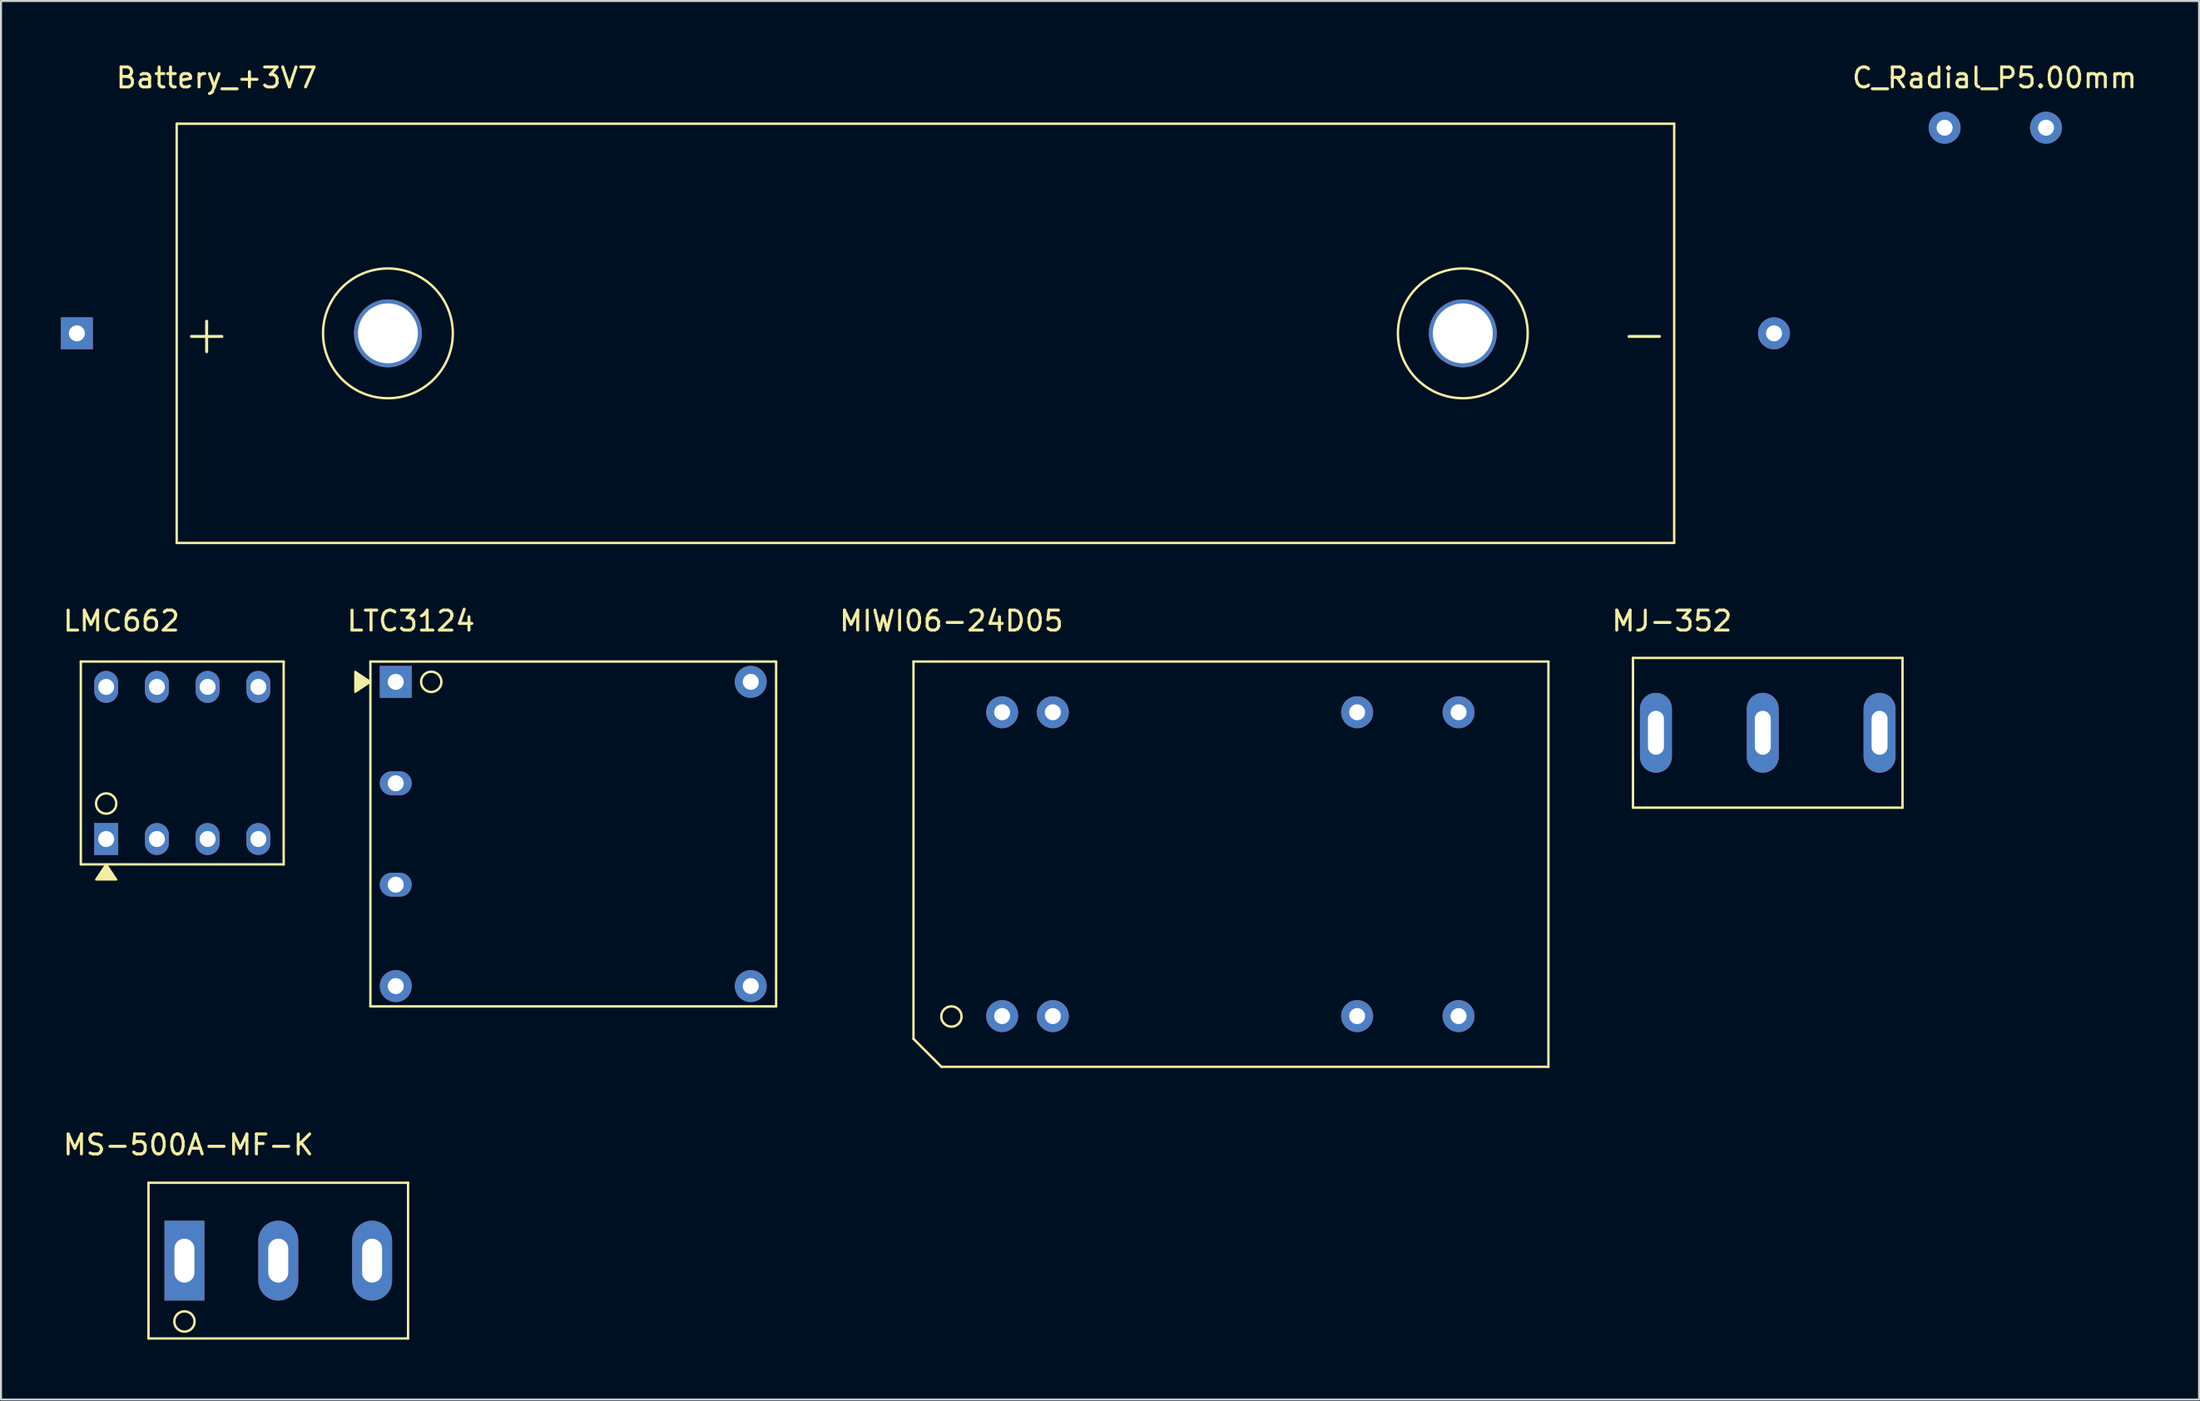
<source format=kicad_pcb>
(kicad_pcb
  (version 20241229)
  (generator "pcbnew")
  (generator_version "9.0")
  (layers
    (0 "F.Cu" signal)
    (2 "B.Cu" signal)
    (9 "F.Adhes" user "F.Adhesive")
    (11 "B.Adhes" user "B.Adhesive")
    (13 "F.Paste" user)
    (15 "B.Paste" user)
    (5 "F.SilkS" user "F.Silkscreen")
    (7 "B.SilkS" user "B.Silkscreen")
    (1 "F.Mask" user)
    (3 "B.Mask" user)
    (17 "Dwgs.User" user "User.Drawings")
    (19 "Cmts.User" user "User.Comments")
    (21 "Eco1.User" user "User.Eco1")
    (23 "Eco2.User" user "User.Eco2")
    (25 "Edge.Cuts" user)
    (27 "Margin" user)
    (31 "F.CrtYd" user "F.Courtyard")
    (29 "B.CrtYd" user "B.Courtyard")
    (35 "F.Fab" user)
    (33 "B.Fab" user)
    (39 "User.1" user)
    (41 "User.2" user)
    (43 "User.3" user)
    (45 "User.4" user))
  (footprint "MS-500A-MF-K"
    (layer "F.Cu")
    (at 6.187 60.097)
    (property "Reference" "MS-500A-MF-K" (at 0.2 -5.8 0) (layer "F.SilkS") (effects (font (size 1 1) (thickness 0.15))))
    (attr through_hole)
    (fp_line (start -1.8 -3.9) (end -1.8 3.9) (stroke (width 0.12) (type solid)) (layer "F.SilkS"))
    (fp_line (start -1.8 -3.9) (end 11.2 -3.9) (stroke (width 0.12) (type solid)) (layer "F.SilkS"))
    (fp_line (start -1.8 3.9) (end 11.2 3.9) (stroke (width 0.12) (type solid)) (layer "F.SilkS"))
    (fp_line (start 11.2 -3.9) (end 11.2 3.9) (stroke (width 0.12) (type solid)) (layer "F.SilkS"))
    (fp_circle (center 0 3.048) (end 0 3.556) (stroke (width 0.12) (type solid)) (fill no) (layer "F.SilkS"))
    (pad "1" thru_hole rect (at 0 0 90) (size 4 2) (drill oval 2.2 1) (layers "*.Cu" "*.Mask"))
    (pad "2" thru_hole oval (at 4.7 0 90) (size 4 2) (drill oval 2.2 1) (layers "*.Cu" "*.Mask"))
    (pad "3" thru_hole oval (at 9.4 0 90) (size 4 2) (drill oval 2.2 1) (layers "*.Cu" "*.Mask")))
  (footprint "MIWI06-24D05"
    (layer "F.Cu")
    (at 47.141 47.868)
    (property "Reference" "MIWI06-24D05" (at -2.54 -19.812 0) (layer "F.SilkS") (effects (font (size 1 1) (thickness 0.15))))
    (attr through_hole)
    (fp_line (start -4.44 -17.78) (end -4.44 1.12) (stroke (width 0.12) (type solid)) (layer "F.SilkS"))
    (fp_line (start -4.44 1.12) (end -3.04 2.52) (stroke (width 0.12) (type solid)) (layer "F.SilkS"))
    (fp_line (start -3.04 2.52) (end 27.36 2.52) (stroke (width 0.12) (type solid)) (layer "F.SilkS"))
    (fp_line (start 27.36 -17.78) (end -4.44 -17.78) (stroke (width 0.12) (type solid)) (layer "F.SilkS"))
    (fp_line (start 27.36 2.52) (end 27.36 -17.78) (stroke (width 0.12) (type solid)) (layer "F.SilkS"))
    (fp_circle (center -2.54 0) (end -2.54 0.508) (stroke (width 0.12) (type solid)) (fill no) (layer "F.SilkS"))
    (pad "2" thru_hole oval (at 0 -0.02 90) (size 1.6 1.6) (drill 0.8) (layers "*.Cu" "*.Mask"))
    (pad "3" thru_hole oval (at 2.54 -0.02 90) (size 1.6 1.6) (drill 0.8) (layers "*.Cu" "*.Mask"))
    (pad "9" thru_hole oval (at 17.78 -0.02 90) (size 1.6 1.6) (drill 0.8) (layers "*.Cu" "*.Mask"))
    (pad "11" thru_hole oval (at 22.86 -0.02 90) (size 1.6 1.6) (drill 0.8) (layers "*.Cu" "*.Mask"))
    (pad "14" thru_hole oval (at 22.86 -15.24 90) (size 1.6 1.6) (drill 0.8) (layers "*.Cu" "*.Mask"))
    (pad "16" thru_hole oval (at 17.78 -15.24 90) (size 1.6 1.6) (drill 0.8) (layers "*.Cu" "*.Mask"))
    (pad "22" thru_hole oval (at 2.54 -15.24 90) (size 1.6 1.6) (drill 0.8) (layers "*.Cu" "*.Mask"))
    (pad "23" thru_hole oval (at 0 -15.24 90) (size 1.6 1.6) (drill 0.8) (layers "*.Cu" "*.Mask")))
  (footprint "C_Radial_P5.00mm"
    (layer "F.Cu")
    (at 94.344 3.348)
    (property "Reference" "C_Radial_P5.00mm" (at 2.5 -2.5 0) (layer "F.SilkS") (effects (font (size 1 1) (thickness 0.15))))
    (attr through_hole)
    (pad "1" thru_hole circle (at 0 0) (size 1.6 1.6) (drill 0.8) (layers "*.Cu" "*.Mask"))
    (pad "2" thru_hole circle (at 5.08 0) (size 1.6 1.6) (drill 0.8) (layers "*.Cu" "*.Mask")))
  (footprint "MJ-352"
    (layer "F.Cu")
    (at 78.736 33.657)
    (property "Reference" "MJ-352" (at 1.95 -5.6 0) (layer "F.SilkS") (effects (font (size 1 1) (thickness 0.15))))
    (attr through_hole)
    (fp_line (start 0 -3.75) (end 0 3.75) (stroke (width 0.12) (type solid)) (layer "F.SilkS"))
    (fp_line (start 0 3.75) (end 13.5 3.75) (stroke (width 0.12) (type solid)) (layer "F.SilkS"))
    (fp_line (start 13.5 -3.75) (end 0 -3.75) (stroke (width 0.12) (type solid)) (layer "F.SilkS"))
    (fp_line (start 13.5 3.75) (end 13.5 -3.75) (stroke (width 0.12) (type solid)) (layer "F.SilkS"))
    (pad "NC" thru_hole oval (at 12.35 0) (size 1.6 4) (drill oval 0.8 2.2) (layers "*.Cu" "*.Mask"))
    (pad "S" thru_hole oval (at 1.15 0) (size 1.6 4) (drill oval 0.8 2.2) (layers "*.Cu" "*.Mask"))
    (pad "T" thru_hole oval (at 6.5 0) (size 1.6 4) (drill oval 0.8 2.2) (layers "*.Cu" "*.Mask")))
  (footprint "LMC662"
    (layer "F.Cu")
    (at 2.268 38.978)
    (property "Reference" "LMC662" (at 0.762 -10.922 0) (layer "F.SilkS") (effects (font (size 1 1) (thickness 0.15))))
    (attr through_hole)
    (fp_line (start -1.27 -8.89) (end -1.27 1.27) (stroke (width 0.12) (type solid)) (layer "F.SilkS"))
    (fp_line (start -1.27 1.27) (end 8.89 1.27) (stroke (width 0.12) (type solid)) (layer "F.SilkS"))
    (fp_line (start 8.89 -8.89) (end -1.27 -8.89) (stroke (width 0.12) (type solid)) (layer "F.SilkS"))
    (fp_line (start 8.89 1.27) (end 8.89 -8.89) (stroke (width 0.12) (type solid)) (layer "F.SilkS"))
    (fp_circle (center 0 -1.778) (end 0.508 -1.778) (stroke (width 0.12) (type solid)) (fill no) (layer "F.SilkS"))
    (fp_poly (pts (xy 0.508 2.032) (xy -0.508 2.032) (xy 0 1.27)) (stroke (width 0.1) (type solid)) (fill yes) (layer "F.SilkS"))
    (pad "1" thru_hole rect (at 0 0 180) (size 1.2 1.6) (drill 0.8) (layers "*.Cu" "*.Mask"))
    (pad "2" thru_hole oval (at 2.54 0 90) (size 1.6 1.2) (drill 0.8) (layers "*.Cu" "*.Mask"))
    (pad "3" thru_hole oval (at 5.08 0 90) (size 1.6 1.2) (drill 0.8) (layers "*.Cu" "*.Mask"))
    (pad "4" thru_hole oval (at 7.62 0 90) (size 1.6 1.2) (drill 0.8) (layers "*.Cu" "*.Mask"))
    (pad "5" thru_hole oval (at 7.62 -7.62 90) (size 1.6 1.2) (drill 0.8) (layers "*.Cu" "*.Mask"))
    (pad "6" thru_hole oval (at 5.08 -7.62 90) (size 1.6 1.2) (drill 0.8) (layers "*.Cu" "*.Mask"))
    (pad "7" thru_hole oval (at 2.54 -7.62 90) (size 1.6 1.2) (drill 0.8) (layers "*.Cu" "*.Mask"))
    (pad "8" thru_hole oval (at 0 -7.62 90) (size 1.6 1.2) (drill 0.8) (layers "*.Cu" "*.Mask")))
  (footprint "Battery_+3V7"
    (layer "F.Cu")
    (at 5.8 13.648)
    (property "Reference" "Battery_+3V7" (at 2 -12.8 0) (layer "F.SilkS") (effects (font (size 1 1) (thickness 0.15))))
    (attr through_hole)
    (fp_line (start 0 -10.5) (end 0 10.5) (stroke (width 0.12) (type solid)) (layer "F.SilkS"))
    (fp_line (start 0 10.5) (end 75 10.5) (stroke (width 0.12) (type solid)) (layer "F.SilkS"))
    (fp_line (start 75 -10.5) (end 0 -10.5) (stroke (width 0.12) (type solid)) (layer "F.SilkS"))
    (fp_line (start 75 10.5) (end 75 -10.5) (stroke (width 0.12) (type solid)) (layer "F.SilkS"))
    (fp_circle (center 10.579 0) (end 13.829 0) (stroke (width 0.12) (type solid)) (fill no) (layer "F.SilkS"))
    (fp_circle (center 64.414 0) (end 67.664 0) (stroke (width 0.12) (type solid)) (fill no) (layer "F.SilkS"))
    (fp_text user "+" (at 1.5 0 0) (layer "F.SilkS") (effects (font (size 2 2) (thickness 0.15))))
    (fp_text user "-" (at 73.5 0 0) (layer "F.SilkS") (effects (font (size 2 2) (thickness 0.15))))
    (pad "1" thru_hole rect (at -5 0) (size 1.6 1.6) (drill 0.8) (layers "*.Cu" "*.Mask"))
    (pad "2" thru_hole circle (at 80 0) (size 1.6 1.6) (drill 0.8) (layers "*.Cu" "*.Mask"))
    (pad "3" thru_hole circle (at 10.579 0) (size 3.4 3.4) (drill 3) (layers "*.Cu" "*.Mask"))
    (pad "4" thru_hole circle (at 64.414 0) (size 3.4 3.4) (drill 3) (layers "*.Cu" "*.Mask")))
  (footprint "LTC3124"
    (layer "F.Cu")
    (at 16.771 31.105)
    (property "Reference" "LTC3124" (at 0.762 -3.048 0) (layer "F.SilkS") (effects (font (size 1 1) (thickness 0.15))))
    (attr through_hole)
    (fp_line (start -1.27 -1.016) (end -1.27 16.256) (stroke (width 0.12) (type solid)) (layer "F.SilkS"))
    (fp_line (start -1.27 16.256) (end 19.05 16.256) (stroke (width 0.12) (type solid)) (layer "F.SilkS"))
    (fp_line (start 19.05 -1.016) (end -1.27 -1.016) (stroke (width 0.12) (type solid)) (layer "F.SilkS"))
    (fp_line (start 19.05 16.256) (end 19.05 -1.016) (stroke (width 0.12) (type solid)) (layer "F.SilkS"))
    (fp_circle (center 1.778 0) (end 2.286 0) (stroke (width 0.12) (type solid)) (fill no) (layer "F.SilkS"))
    (fp_poly (pts (xy -1.27 0) (xy -2.032 0.508) (xy -2.032 -0.508)) (stroke (width 0.1) (type solid)) (fill yes) (layer "F.SilkS"))
    (pad "1" thru_hole rect (at 0 0) (size 1.6 1.6) (drill 0.8) (layers "*.Cu" "*.Mask"))
    (pad "2" thru_hole oval (at 0 5.08) (size 1.6 1.2) (drill 0.8) (layers "*.Cu" "*.Mask"))
    (pad "3" thru_hole oval (at 0 10.16) (size 1.6 1.2) (drill 0.8) (layers "*.Cu" "*.Mask"))
    (pad "4" thru_hole oval (at 0 15.24) (size 1.6 1.6) (drill 0.8) (layers "*.Cu" "*.Mask"))
    (pad "5" thru_hole oval (at 17.78 15.24) (size 1.6 1.6) (drill 0.8) (layers "*.Cu" "*.Mask"))
    (pad "6" thru_hole oval (at 17.78 0) (size 1.6 1.6) (drill 0.8) (layers "*.Cu" "*.Mask")))
  (gr_rect
    (start -3 -3)
    (end 107.088 67.057)
    (stroke (width 0.1) (type default))
    (fill no)
    (layer "Edge.Cuts")))
</source>
